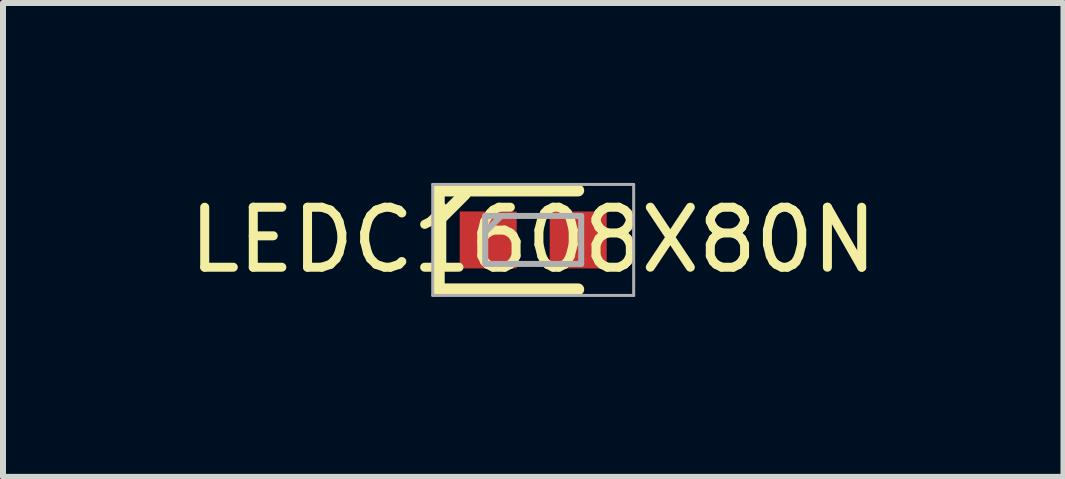
<source format=kicad_pcb>
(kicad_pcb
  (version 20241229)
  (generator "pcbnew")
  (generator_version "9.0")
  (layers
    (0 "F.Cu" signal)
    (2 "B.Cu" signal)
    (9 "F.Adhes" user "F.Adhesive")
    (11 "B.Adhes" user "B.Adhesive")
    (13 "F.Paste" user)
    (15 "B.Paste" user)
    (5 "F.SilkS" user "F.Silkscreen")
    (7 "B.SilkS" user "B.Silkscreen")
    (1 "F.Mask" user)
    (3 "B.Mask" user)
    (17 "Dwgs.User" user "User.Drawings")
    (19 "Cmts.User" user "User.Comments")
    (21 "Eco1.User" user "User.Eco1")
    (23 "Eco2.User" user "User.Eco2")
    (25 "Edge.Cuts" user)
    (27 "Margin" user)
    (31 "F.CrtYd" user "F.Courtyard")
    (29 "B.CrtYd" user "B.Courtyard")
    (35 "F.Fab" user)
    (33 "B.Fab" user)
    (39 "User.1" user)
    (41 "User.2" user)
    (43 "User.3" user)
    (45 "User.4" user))
  (footprint "LEDC1608X80N"
    (layer "F.Cu")
    (at 5.839 0.95)
    (property "Reference" "LEDC1608X80N" (at 0 0 0) (layer "F.SilkS") (effects (font (size 1 1) (thickness 0.15))))
    (attr smd)
    (fp_line (start -1.575 -0.825) (end -1.575 0.825) (stroke (width 0.2) (type solid)) (layer "F.SilkS"))
    (fp_line (start -1.575 0.825) (end 0.75 0.825) (stroke (width 0.2) (type solid)) (layer "F.SilkS"))
    (fp_line (start -1.524 -0.381) (end -1.143 -0.762) (stroke (width 0.2) (type solid)) (layer "F.SilkS"))
    (fp_line (start 0.75 -0.825) (end -1.575 -0.825) (stroke (width 0.2) (type solid)) (layer "F.SilkS"))
    (fp_line (start -1.675 -0.925) (end 1.675 -0.925) (stroke (width 0.05) (type solid)) (layer "F.Fab"))
    (fp_line (start -1.675 0.925) (end -1.675 -0.925) (stroke (width 0.05) (type solid)) (layer "F.Fab"))
    (fp_line (start -0.8 -0.4) (end 0.8 -0.4) (stroke (width 0.1) (type solid)) (layer "F.Fab"))
    (fp_line (start -0.8 -0.133) (end -0.533 -0.4) (stroke (width 0.1) (type solid)) (layer "F.Fab"))
    (fp_line (start -0.8 0.4) (end -0.8 -0.4) (stroke (width 0.1) (type solid)) (layer "F.Fab"))
    (fp_line (start 0.8 -0.4) (end 0.8 0.4) (stroke (width 0.1) (type solid)) (layer "F.Fab"))
    (fp_line (start 0.8 0.4) (end -0.8 0.4) (stroke (width 0.1) (type solid)) (layer "F.Fab"))
    (fp_line (start 1.675 -0.925) (end 1.675 0.925) (stroke (width 0.05) (type solid)) (layer "F.Fab"))
    (fp_line (start 1.675 0.925) (end -1.675 0.925) (stroke (width 0.05) (type solid)) (layer "F.Fab"))
    (pad "1" smd rect (at -0.75 0) (size 0.95 0.95) (layers "F.Cu" "F.Mask" "F.Paste"))
    (pad "2" smd rect (at 0.75 0) (size 0.95 0.95) (layers "F.Cu" "F.Mask" "F.Paste")))
  (gr_rect
    (start -3 -3)
    (end 14.679 4.9)
    (stroke (width 0.1) (type default))
    (fill no)
    (layer "Edge.Cuts")))
</source>
